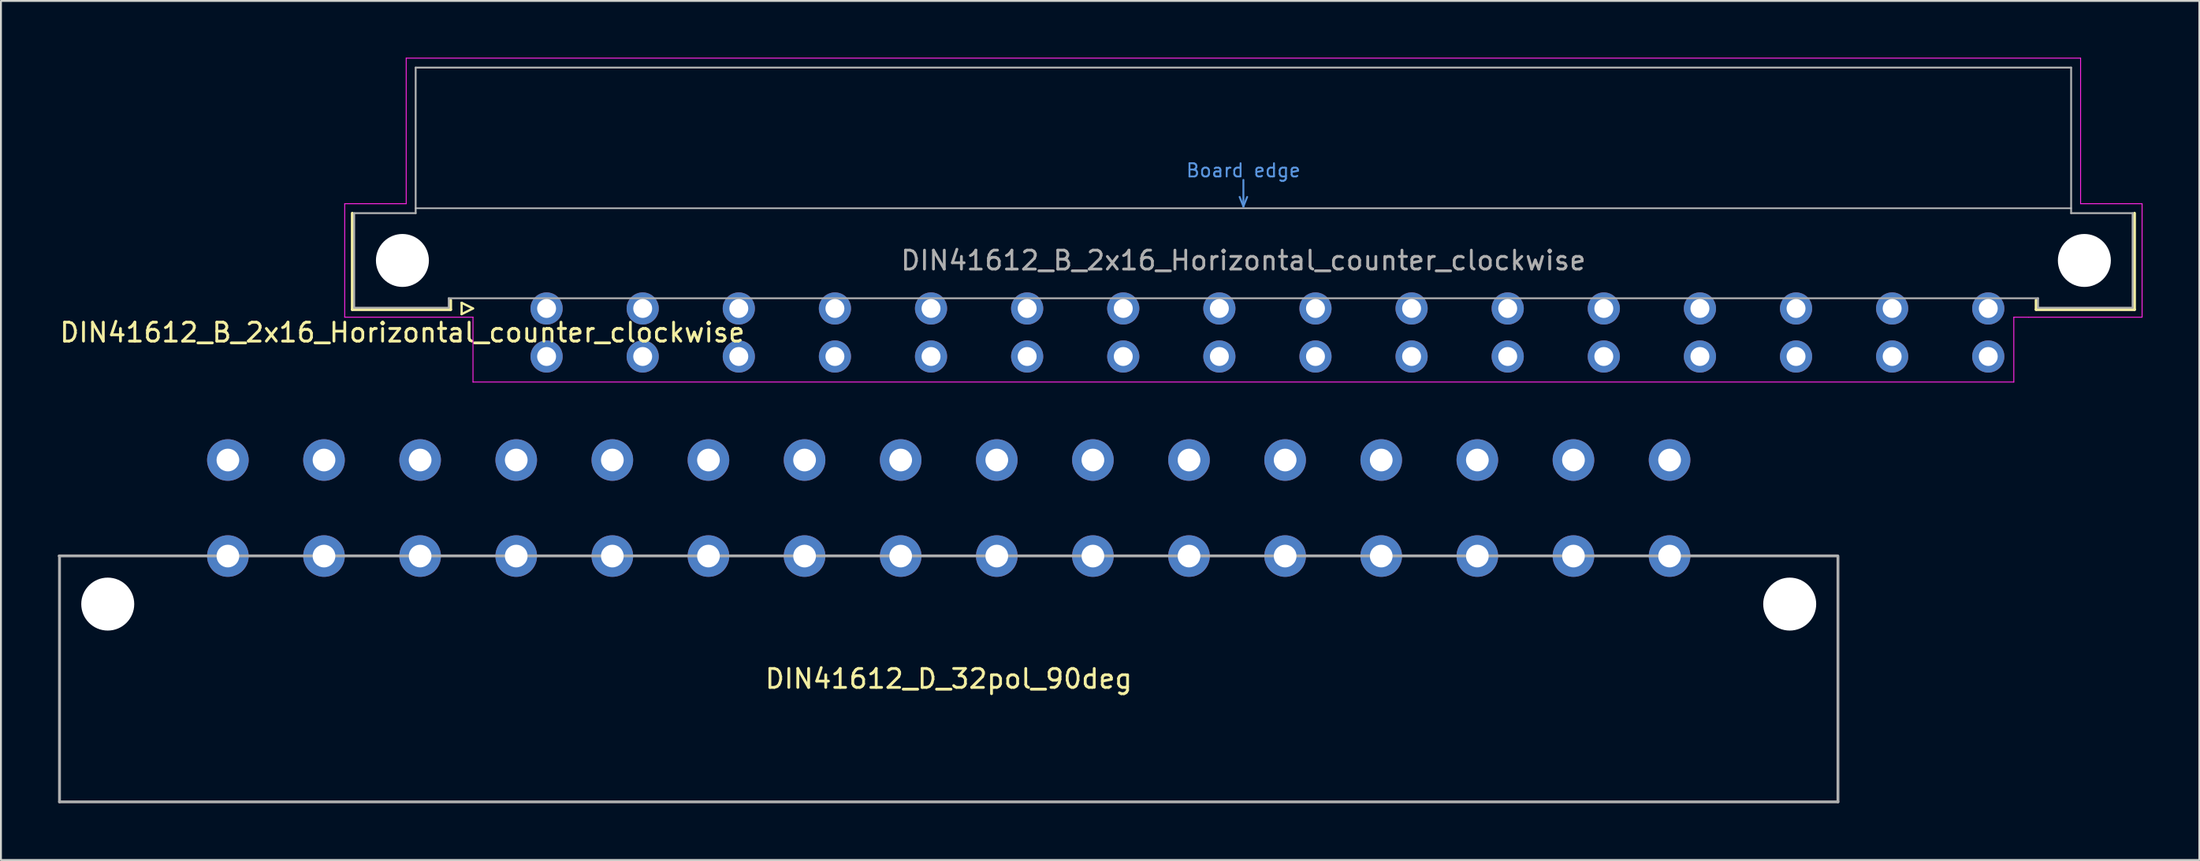
<source format=kicad_pcb>
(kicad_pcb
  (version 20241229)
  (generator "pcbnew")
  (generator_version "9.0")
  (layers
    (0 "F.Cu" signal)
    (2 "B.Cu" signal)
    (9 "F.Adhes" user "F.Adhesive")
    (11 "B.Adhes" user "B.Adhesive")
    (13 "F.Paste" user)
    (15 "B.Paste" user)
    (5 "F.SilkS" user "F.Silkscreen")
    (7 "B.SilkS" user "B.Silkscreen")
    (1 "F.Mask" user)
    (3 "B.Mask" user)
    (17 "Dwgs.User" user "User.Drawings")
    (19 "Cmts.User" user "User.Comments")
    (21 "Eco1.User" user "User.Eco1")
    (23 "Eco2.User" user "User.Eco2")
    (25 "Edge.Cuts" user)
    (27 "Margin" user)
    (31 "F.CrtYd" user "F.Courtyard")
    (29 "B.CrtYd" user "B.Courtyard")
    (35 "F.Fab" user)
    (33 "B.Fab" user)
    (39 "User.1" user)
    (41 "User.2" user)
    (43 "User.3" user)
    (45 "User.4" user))
  (footprint "DIN41612_B_2x16_Horizontal_counter_clockwise"
    (layer "F.Cu")
    (at 23.3 13.265)
    (property "Reference" "DIN41612_B_2x16_Horizontal_counter_clockwise" (at -5.08 1.27 0) (layer "F.SilkS") (effects (font (size 1 1) (thickness 0.15))))
    (attr through_hole)
    (fp_line (start -7.73 0.06) (end -7.73 -5.04) (stroke (width 0.15) (type solid)) (layer "F.SilkS"))
    (fp_line (start -2.53 -0.44) (end -2.53 0.06) (stroke (width 0.15) (type solid)) (layer "F.SilkS"))
    (fp_line (start -2.53 0.06) (end -7.73 0.06) (stroke (width 0.15) (type solid)) (layer "F.SilkS"))
    (fp_line (start -1.95 -0.3) (end -1.95 0.3) (stroke (width 0.12) (type solid)) (layer "F.SilkS"))
    (fp_line (start -1.95 0.3) (end -1.35 0) (stroke (width 0.12) (type solid)) (layer "F.SilkS"))
    (fp_line (start -1.35 0) (end -1.95 -0.3) (stroke (width 0.12) (type solid)) (layer "F.SilkS"))
    (fp_line (start 81.27 -0.44) (end 81.27 0.06) (stroke (width 0.15) (type solid)) (layer "F.SilkS"))
    (fp_line (start 81.27 0.06) (end 86.47 0.06) (stroke (width 0.15) (type solid)) (layer "F.SilkS"))
    (fp_line (start 86.47 0.06) (end 86.47 -5.04) (stroke (width 0.15) (type solid)) (layer "F.SilkS"))
    (fp_line (start -4.38 -5.3) (end 83.12 -5.3) (stroke (width 0.08) (type solid)) (layer "Dwgs.User"))
    (fp_line (start 39.17 -5.9) (end 39.37 -5.4) (stroke (width 0.1) (type solid)) (layer "Cmts.User"))
    (fp_line (start 39.37 -6.8) (end 39.37 -5.4) (stroke (width 0.1) (type solid)) (layer "Cmts.User"))
    (fp_line (start 39.37 -5.4) (end 39.57 -5.9) (stroke (width 0.1) (type solid)) (layer "Cmts.User"))
    (fp_line (start -8.13 -5.54) (end -4.88 -5.54) (stroke (width 0.05) (type solid)) (layer "F.CrtYd"))
    (fp_line (start -8.13 0.46) (end -8.13 -5.54) (stroke (width 0.05) (type solid)) (layer "F.CrtYd"))
    (fp_line (start -4.88 -13.24) (end 83.62 -13.24) (stroke (width 0.05) (type solid)) (layer "F.CrtYd"))
    (fp_line (start -4.88 -5.54) (end -4.88 -13.24) (stroke (width 0.05) (type solid)) (layer "F.CrtYd"))
    (fp_line (start -1.35 0.46) (end -8.13 0.46) (stroke (width 0.05) (type solid)) (layer "F.CrtYd"))
    (fp_line (start -1.35 3.89) (end -1.35 0.46) (stroke (width 0.05) (type solid)) (layer "F.CrtYd"))
    (fp_line (start 80.09 0.46) (end 80.09 3.89) (stroke (width 0.05) (type solid)) (layer "F.CrtYd"))
    (fp_line (start 80.09 3.89) (end -1.35 3.89) (stroke (width 0.05) (type solid)) (layer "F.CrtYd"))
    (fp_line (start 80.87 0.46) (end 80.09 0.46) (stroke (width 0.05) (type solid)) (layer "F.CrtYd"))
    (fp_line (start 83.62 -13.24) (end 83.62 -5.54) (stroke (width 0.05) (type solid)) (layer "F.CrtYd"))
    (fp_line (start 83.62 -5.54) (end 86.87 -5.54) (stroke (width 0.05) (type solid)) (layer "F.CrtYd"))
    (fp_line (start 86.87 -5.54) (end 86.87 0.46) (stroke (width 0.05) (type solid)) (layer "F.CrtYd"))
    (fp_line (start 86.87 0.46) (end 80.87 0.46) (stroke (width 0.05) (type solid)) (layer "F.CrtYd"))
    (fp_line (start -7.63 -5.04) (end -4.38 -5.04) (stroke (width 0.1) (type solid)) (layer "F.Fab"))
    (fp_line (start -7.63 -0.04) (end -7.63 -5.04) (stroke (width 0.1) (type solid)) (layer "F.Fab"))
    (fp_line (start -4.38 -12.74) (end 83.12 -12.74) (stroke (width 0.1) (type solid)) (layer "F.Fab"))
    (fp_line (start -4.38 -5.04) (end -4.38 -12.74) (stroke (width 0.1) (type solid)) (layer "F.Fab"))
    (fp_line (start -2.63 -0.54) (end -2.63 -0.04) (stroke (width 0.1) (type solid)) (layer "F.Fab"))
    (fp_line (start -2.63 -0.04) (end -7.63 -0.04) (stroke (width 0.1) (type solid)) (layer "F.Fab"))
    (fp_line (start 81.37 -0.54) (end -2.63 -0.54) (stroke (width 0.1) (type solid)) (layer "F.Fab"))
    (fp_line (start 81.37 -0.04) (end 81.37 -0.54) (stroke (width 0.1) (type solid)) (layer "F.Fab"))
    (fp_line (start 83.12 -12.74) (end 83.12 -5.04) (stroke (width 0.1) (type solid)) (layer "F.Fab"))
    (fp_line (start 83.12 -5.04) (end 86.37 -5.04) (stroke (width 0.1) (type solid)) (layer "F.Fab"))
    (fp_line (start 86.37 -5.04) (end 86.37 -0.04) (stroke (width 0.1) (type solid)) (layer "F.Fab"))
    (fp_line (start 86.37 -0.04) (end 81.37 -0.04) (stroke (width 0.1) (type solid)) (layer "F.Fab"))
    (fp_text user "Board edge" (at 39.37 -7.3 0) (layer "Cmts.User") (effects (font (size 0.7 0.7) (thickness 0.1))))
    (fp_text user "${REFERENCE}" (at 39.37 -2.54 0) (layer "F.Fab") (effects (font (size 1 1) (thickness 0.15))))
    (pad "" np_thru_hole circle (at -5.08 -2.54) (size 2.8 2.8) (drill 2.8) (layers "*.Cu" "*.Mask"))
    (pad "" np_thru_hole circle (at 83.82 -2.54) (size 2.8 2.8) (drill 2.8) (layers "*.Cu" "*.Mask"))
    (pad "1" thru_hole circle (at 78.74 0) (size 1.7 1.7) (drill 1) (layers "*.Cu" "*.Mask"))
    (pad "2" thru_hole circle (at 73.66 0) (size 1.7 1.7) (drill 1) (layers "*.Cu" "*.Mask"))
    (pad "3" thru_hole circle (at 68.58 0) (size 1.7 1.7) (drill 1) (layers "*.Cu" "*.Mask"))
    (pad "4" thru_hole circle (at 63.5 0) (size 1.7 1.7) (drill 1) (layers "*.Cu" "*.Mask"))
    (pad "5" thru_hole circle (at 58.42 0) (size 1.7 1.7) (drill 1) (layers "*.Cu" "*.Mask"))
    (pad "6" thru_hole circle (at 53.34 0) (size 1.7 1.7) (drill 1) (layers "*.Cu" "*.Mask"))
    (pad "7" thru_hole circle (at 48.26 0) (size 1.7 1.7) (drill 1) (layers "*.Cu" "*.Mask"))
    (pad "8" thru_hole circle (at 43.18 0) (size 1.7 1.7) (drill 1) (layers "*.Cu" "*.Mask"))
    (pad "9" thru_hole circle (at 38.1 0) (size 1.7 1.7) (drill 1) (layers "*.Cu" "*.Mask"))
    (pad "10" thru_hole circle (at 33.02 0) (size 1.7 1.7) (drill 1) (layers "*.Cu" "*.Mask"))
    (pad "11" thru_hole circle (at 27.94 0) (size 1.7 1.7) (drill 1) (layers "*.Cu" "*.Mask"))
    (pad "12" thru_hole circle (at 22.86 0) (size 1.7 1.7) (drill 1) (layers "*.Cu" "*.Mask"))
    (pad "13" thru_hole circle (at 17.78 0) (size 1.7 1.7) (drill 1) (layers "*.Cu" "*.Mask"))
    (pad "14" thru_hole circle (at 12.7 0) (size 1.7 1.7) (drill 1) (layers "*.Cu" "*.Mask"))
    (pad "15" thru_hole circle (at 7.62 0) (size 1.7 1.7) (drill 1) (layers "*.Cu" "*.Mask"))
    (pad "16" thru_hole circle (at 2.54 0) (size 1.7 1.7) (drill 1) (layers "*.Cu" "*.Mask"))
    (pad "17" thru_hole circle (at 2.54 2.54) (size 1.7 1.7) (drill 1) (layers "*.Cu" "*.Mask"))
    (pad "18" thru_hole circle (at 7.62 2.54) (size 1.7 1.7) (drill 1) (layers "*.Cu" "*.Mask"))
    (pad "19" thru_hole circle (at 12.7 2.54) (size 1.7 1.7) (drill 1) (layers "*.Cu" "*.Mask"))
    (pad "20" thru_hole circle (at 17.78 2.54) (size 1.7 1.7) (drill 1) (layers "*.Cu" "*.Mask"))
    (pad "21" thru_hole circle (at 22.86 2.54) (size 1.7 1.7) (drill 1) (layers "*.Cu" "*.Mask"))
    (pad "22" thru_hole circle (at 27.94 2.54) (size 1.7 1.7) (drill 1) (layers "*.Cu" "*.Mask"))
    (pad "23" thru_hole circle (at 33.02 2.54) (size 1.7 1.7) (drill 1) (layers "*.Cu" "*.Mask"))
    (pad "24" thru_hole circle (at 38.1 2.54) (size 1.7 1.7) (drill 1) (layers "*.Cu" "*.Mask"))
    (pad "25" thru_hole circle (at 43.18 2.54) (size 1.7 1.7) (drill 1) (layers "*.Cu" "*.Mask"))
    (pad "26" thru_hole circle (at 48.26 2.54) (size 1.7 1.7) (drill 1) (layers "*.Cu" "*.Mask"))
    (pad "27" thru_hole circle (at 53.34 2.54) (size 1.7 1.7) (drill 1) (layers "*.Cu" "*.Mask"))
    (pad "28" thru_hole circle (at 58.42 2.54) (size 1.7 1.7) (drill 1) (layers "*.Cu" "*.Mask"))
    (pad "29" thru_hole circle (at 63.5 2.54) (size 1.7 1.7) (drill 1) (layers "*.Cu" "*.Mask"))
    (pad "30" thru_hole circle (at 68.58 2.54) (size 1.7 1.7) (drill 1) (layers "*.Cu" "*.Mask"))
    (pad "31" thru_hole circle (at 73.66 2.54) (size 1.7 1.7) (drill 1) (layers "*.Cu" "*.Mask"))
    (pad "32" thru_hole circle (at 78.74 2.54) (size 1.7 1.7) (drill 1) (layers "*.Cu" "*.Mask")))
  (footprint "DIN41612_D_32pol_90deg"
    (layer "F.Cu")
    (at 47.095 28.9)
    (property "Reference" "DIN41612_D_32pol_90deg" (at 0 3.95 0) (layer "F.SilkS") (effects (font (size 1 1) (thickness 0.15))))
    (attr through_hole)
    (fp_line (start -47.02 -2.55) (end 46.98 -2.55) (stroke (width 0.15) (type solid)) (layer "F.Fab"))
    (fp_line (start -47 -2.54) (end -47 10.46) (stroke (width 0.15) (type solid)) (layer "F.Fab"))
    (fp_line (start -47 10.46) (end 47 10.46) (stroke (width 0.15) (type solid)) (layer "F.Fab"))
    (fp_line (start 47 -2.54) (end 47 10.46) (stroke (width 0.15) (type solid)) (layer "F.Fab"))
    (pad "" np_thru_hole circle (at -44.45 0) (size 2.8 2.8) (drill 2.8) (layers "*.Cu" "*.Mask"))
    (pad "" np_thru_hole circle (at 44.45 0) (size 2.8 2.8) (drill 2.8) (layers "*.Cu" "*.Mask"))
    (pad "1" thru_hole circle (at -38.1 -2.54) (size 2.2 2.2) (drill 1.2) (layers "*.Cu" "*.Mask"))
    (pad "2" thru_hole circle (at -33.02 -2.54) (size 2.2 2.2) (drill 1.2) (layers "*.Cu" "*.Mask"))
    (pad "3" thru_hole circle (at -27.94 -2.54) (size 2.2 2.2) (drill 1.2) (layers "*.Cu" "*.Mask"))
    (pad "4" thru_hole circle (at -22.86 -2.54) (size 2.2 2.2) (drill 1.2) (layers "*.Cu" "*.Mask"))
    (pad "5" thru_hole circle (at -17.78 -2.54) (size 2.2 2.2) (drill 1.2) (layers "*.Cu" "*.Mask"))
    (pad "6" thru_hole circle (at -12.7 -2.54) (size 2.2 2.2) (drill 1.2) (layers "*.Cu" "*.Mask"))
    (pad "7" thru_hole circle (at -7.62 -2.54) (size 2.2 2.2) (drill 1.2) (layers "*.Cu" "*.Mask"))
    (pad "8" thru_hole circle (at -2.54 -2.54) (size 2.2 2.2) (drill 1.2) (layers "*.Cu" "*.Mask"))
    (pad "9" thru_hole circle (at 2.54 -2.54) (size 2.2 2.2) (drill 1.2) (layers "*.Cu" "*.Mask"))
    (pad "10" thru_hole circle (at 7.62 -2.54) (size 2.2 2.2) (drill 1.2) (layers "*.Cu" "*.Mask"))
    (pad "11" thru_hole circle (at 12.7 -2.54) (size 2.2 2.2) (drill 1.2) (layers "*.Cu" "*.Mask"))
    (pad "12" thru_hole circle (at 17.78 -2.54) (size 2.2 2.2) (drill 1.2) (layers "*.Cu" "*.Mask"))
    (pad "13" thru_hole circle (at 22.86 -2.54) (size 2.2 2.2) (drill 1.2) (layers "*.Cu" "*.Mask"))
    (pad "14" thru_hole circle (at 27.94 -2.54) (size 2.2 2.2) (drill 1.2) (layers "*.Cu" "*.Mask"))
    (pad "15" thru_hole circle (at 33.02 -2.54) (size 2.2 2.2) (drill 1.2) (layers "*.Cu" "*.Mask"))
    (pad "16" thru_hole circle (at 38.1 -2.54) (size 2.2 2.2) (drill 1.2) (layers "*.Cu" "*.Mask"))
    (pad "17" thru_hole circle (at 38.1 -7.62) (size 2.2 2.2) (drill 1.2) (layers "*.Cu" "*.Mask"))
    (pad "18" thru_hole circle (at 33.02 -7.62) (size 2.2 2.2) (drill 1.2) (layers "*.Cu" "*.Mask"))
    (pad "19" thru_hole circle (at 27.94 -7.62) (size 2.2 2.2) (drill 1.2) (layers "*.Cu" "*.Mask"))
    (pad "20" thru_hole circle (at 22.86 -7.62) (size 2.2 2.2) (drill 1.2) (layers "*.Cu" "*.Mask"))
    (pad "21" thru_hole circle (at 17.78 -7.62) (size 2.2 2.2) (drill 1.2) (layers "*.Cu" "*.Mask"))
    (pad "22" thru_hole circle (at 12.7 -7.62) (size 2.2 2.2) (drill 1.2) (layers "*.Cu" "*.Mask"))
    (pad "23" thru_hole circle (at 7.62 -7.62) (size 2.2 2.2) (drill 1.2) (layers "*.Cu" "*.Mask"))
    (pad "24" thru_hole circle (at 2.54 -7.62) (size 2.2 2.2) (drill 1.2) (layers "*.Cu" "*.Mask"))
    (pad "25" thru_hole circle (at -2.54 -7.62) (size 2.2 2.2) (drill 1.2) (layers "*.Cu" "*.Mask"))
    (pad "26" thru_hole circle (at -7.62 -7.62) (size 2.2 2.2) (drill 1.2) (layers "*.Cu" "*.Mask"))
    (pad "27" thru_hole circle (at -12.7 -7.62) (size 2.2 2.2) (drill 1.2) (layers "*.Cu" "*.Mask"))
    (pad "28" thru_hole circle (at -17.78 -7.62) (size 2.2 2.2) (drill 1.2) (layers "*.Cu" "*.Mask"))
    (pad "29" thru_hole circle (at -22.86 -7.62) (size 2.2 2.2) (drill 1.2) (layers "*.Cu" "*.Mask"))
    (pad "30" thru_hole circle (at -27.94 -7.62) (size 2.2 2.2) (drill 1.2) (layers "*.Cu" "*.Mask"))
    (pad "31" thru_hole circle (at -33.02 -7.62) (size 2.2 2.2) (drill 1.2) (layers "*.Cu" "*.Mask"))
    (pad "32" thru_hole circle (at -38.1 -7.62) (size 2.2 2.2) (drill 1.2) (layers "*.Cu" "*.Mask")))
  (gr_rect
    (start -3 -3)
    (end 113.195 42.435)
    (stroke (width 0.1) (type default))
    (fill no)
    (layer "Edge.Cuts")))
</source>
